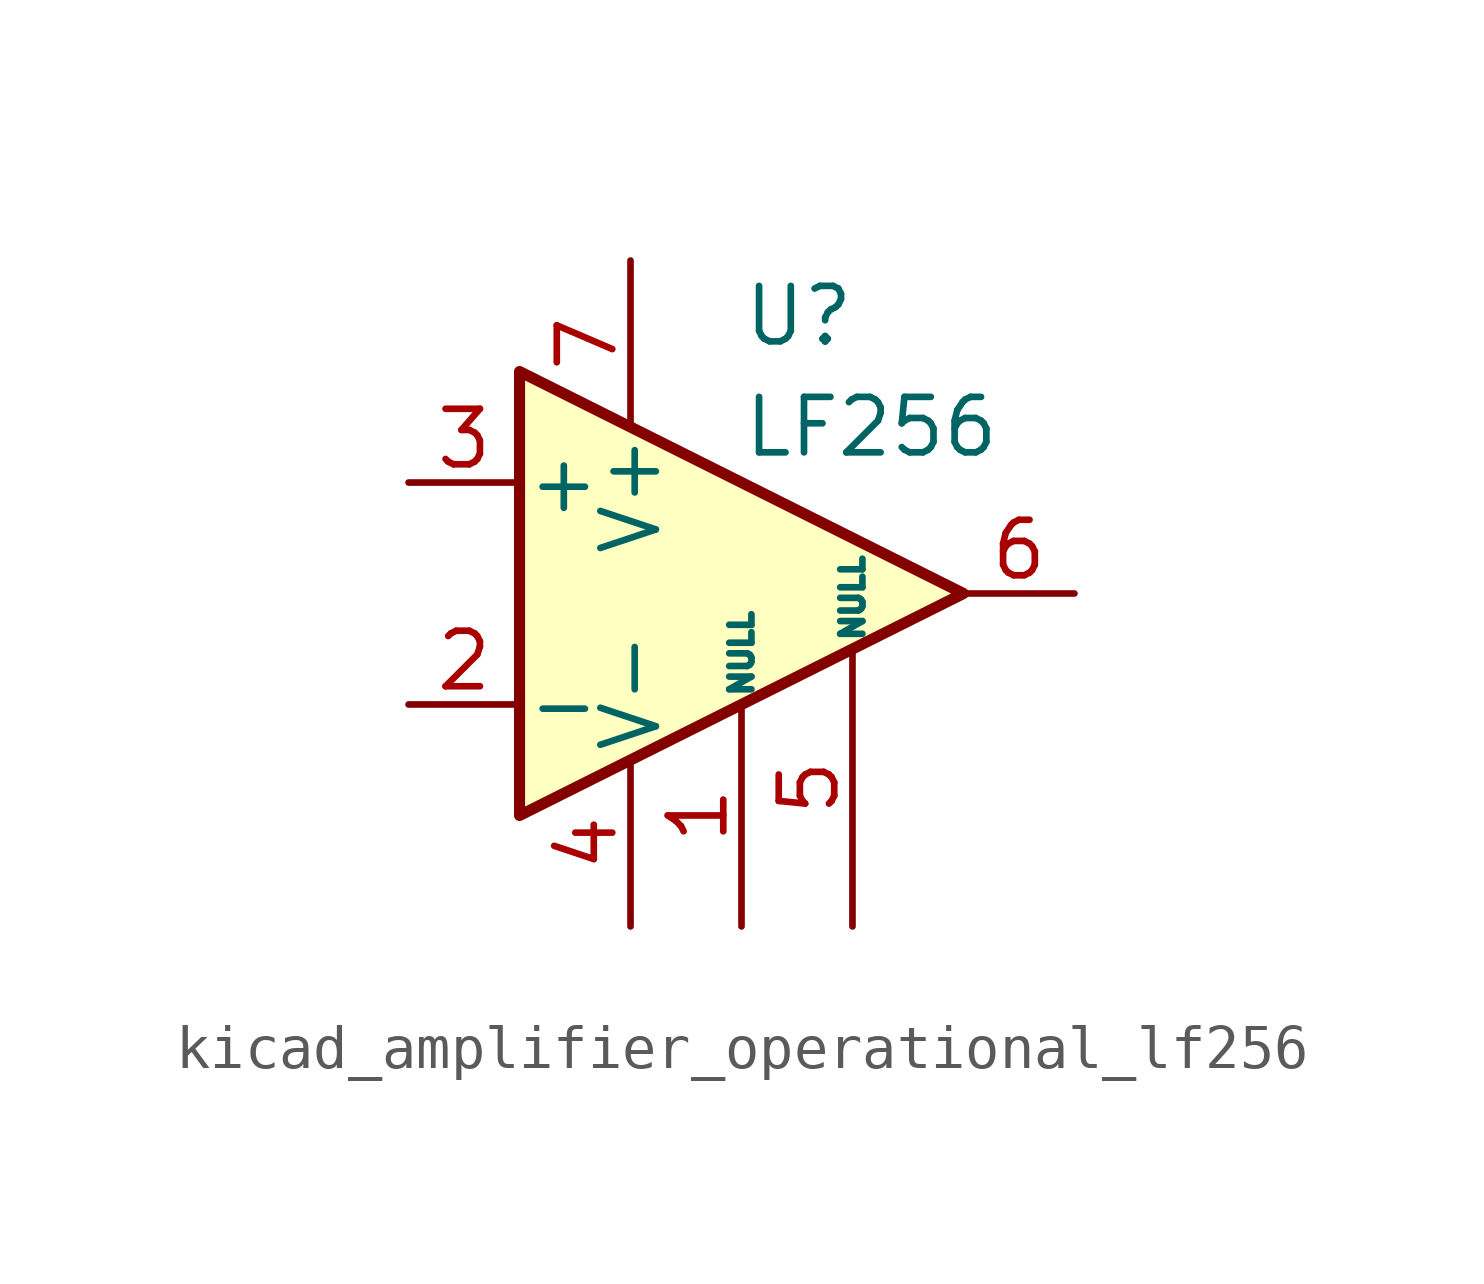
<source format=kicad_sym>
(kicad_symbol_lib
  (version 20220914)
  (generator kicad_symbol_editor)
  (symbol "kicad_amplifier_operational_lf256"
    (pin_names
      (offset 0.127))
    (property "Reference" "U"
      (at 0 6.35 0)
      (effects (font (size 1.27 1.27)) (justify left)))
    (property "Value" "LF256"
      (at 0 3.81 0)
      (effects (font (size 1.27 1.27)) (justify left)))
    (symbol "kicad_amplifier_operational_lf256_0_1"
      (polyline (pts (xy -5.08 5.08) (xy 5.08 0) (xy -5.08 -5.08) (xy -5.08 5.08)) (stroke (width 0.254) (type default)) (fill (type background))))
    (symbol "kicad_amplifier_operational_lf256_1_1"
      (pin input line (at 0 -7.62 90) (length 5.08) (name "NULL" (effects (font (size 0.508 0.508)))) (number "1" (effects (font (size 1.27 1.27)))))
      (pin input line (at -7.62 -2.54 0) (length 2.54) (name "-" (effects (font (size 1.27 1.27)))) (number "2" (effects (font (size 1.27 1.27)))))
      (pin input line (at -7.62 2.54 0) (length 2.54) (name "+" (effects (font (size 1.27 1.27)))) (number "3" (effects (font (size 1.27 1.27)))))
      (pin power_in line (at -2.54 -7.62 90) (length 3.81) (name "V-" (effects (font (size 1.27 1.27)))) (number "4" (effects (font (size 1.27 1.27)))))
      (pin input line (at 2.54 -7.62 90) (length 6.35) (name "NULL" (effects (font (size 0.508 0.508)))) (number "5" (effects (font (size 1.27 1.27)))))
      (pin output line (at 7.62 0 180) (length 2.54) (name "~" (effects (font (size 1.27 1.27)))) (number "6" (effects (font (size 1.27 1.27)))))
      (pin power_in line (at -2.54 7.62 270) (length 3.81) (name "V+" (effects (font (size 1.27 1.27)))) (number "7" (effects (font (size 1.27 1.27)))))
      (pin no_connect line (at 0 2.54 270) (length 2.54) hide (name "NC" (effects (font (size 1.27 1.27)))) (number "8" (effects (font (size 1.27 1.27))))))))
</source>
